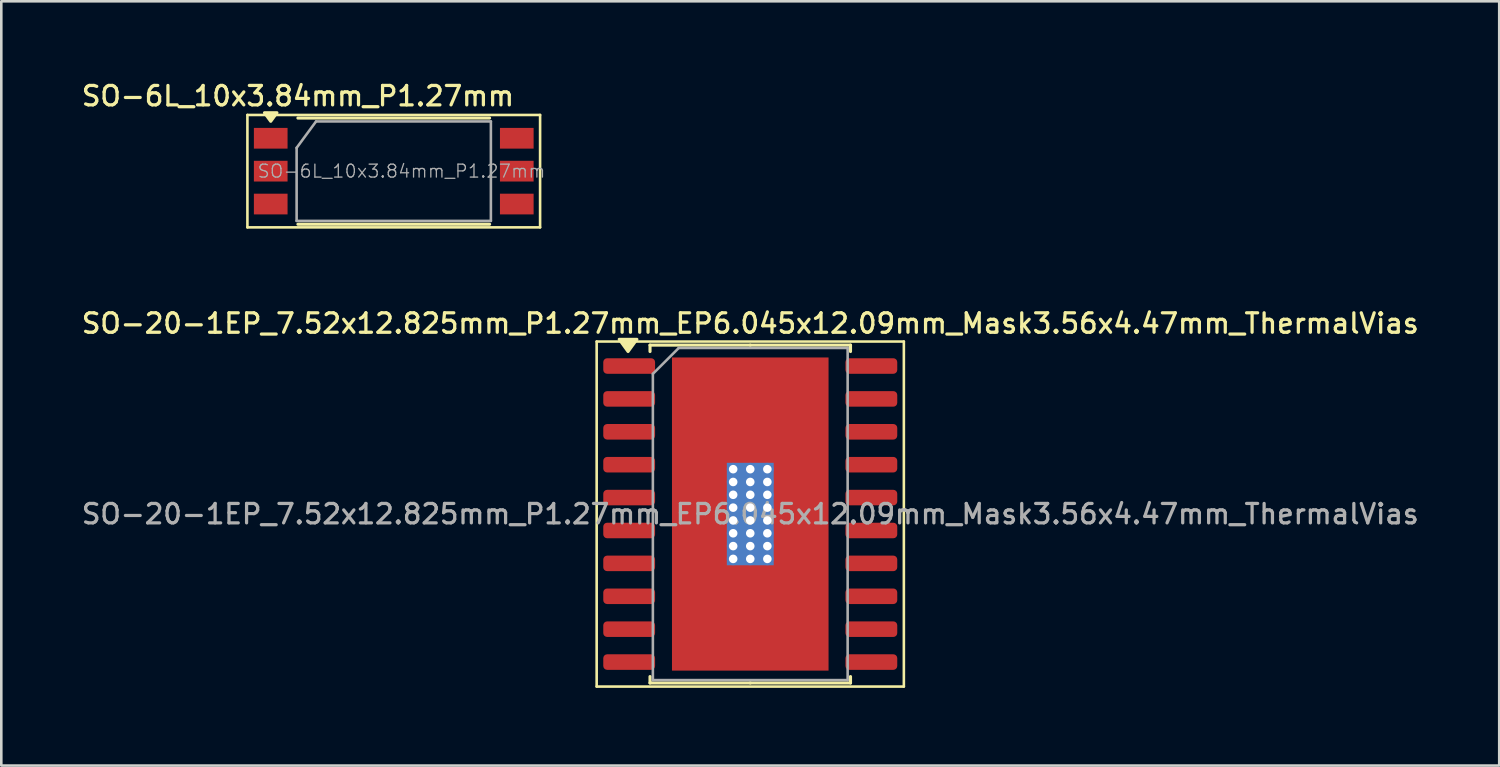
<source format=kicad_pcb>
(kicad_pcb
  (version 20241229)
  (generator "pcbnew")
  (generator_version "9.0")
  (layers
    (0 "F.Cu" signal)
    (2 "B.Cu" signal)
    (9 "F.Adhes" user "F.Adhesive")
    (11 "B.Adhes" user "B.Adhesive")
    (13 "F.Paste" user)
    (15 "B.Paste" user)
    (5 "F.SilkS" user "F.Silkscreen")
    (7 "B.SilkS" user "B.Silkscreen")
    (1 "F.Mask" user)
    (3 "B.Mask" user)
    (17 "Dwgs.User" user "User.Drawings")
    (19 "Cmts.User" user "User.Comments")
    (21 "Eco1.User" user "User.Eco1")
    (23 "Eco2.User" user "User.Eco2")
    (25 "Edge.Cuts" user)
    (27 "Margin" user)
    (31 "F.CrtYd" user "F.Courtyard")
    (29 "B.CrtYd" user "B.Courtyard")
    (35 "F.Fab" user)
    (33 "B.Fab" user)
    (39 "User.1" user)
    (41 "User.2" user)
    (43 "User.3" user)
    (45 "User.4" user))
  (footprint "SO-20-1EP_7.52x12.825mm_P1.27mm_EP6.045x12.09mm_Mask3.56x4.47mm_ThermalVias"
    (layer "F.Cu")
    (at 25.916 16.796)
    (property "Reference" "SO-20-1EP_7.52x12.825mm_P1.27mm_EP6.045x12.09mm_Mask3.56x4.47mm_ThermalVias" (at 0 -7.36 0) (layer "F.SilkS") (effects (font (size 0.75 0.75) (thickness 0.125))))
    (attr smd)
    (fp_line (start -5.93 -6.66) (end -5.93 6.66) (stroke (width 0.1) (type solid)) (layer "F.SilkS"))
    (fp_line (start -5.93 6.66) (end 5.93 6.66) (stroke (width 0.1) (type solid)) (layer "F.SilkS"))
    (fp_line (start -3.87 -6.522) (end -3.87 -6.275) (stroke (width 0.12) (type solid)) (layer "F.SilkS"))
    (fp_line (start -3.87 6.522) (end -3.87 6.275) (stroke (width 0.12) (type solid)) (layer "F.SilkS"))
    (fp_line (start 0 -6.522) (end -3.87 -6.522) (stroke (width 0.12) (type solid)) (layer "F.SilkS"))
    (fp_line (start 0 -6.522) (end 3.87 -6.522) (stroke (width 0.12) (type solid)) (layer "F.SilkS"))
    (fp_line (start 0 6.522) (end -3.87 6.522) (stroke (width 0.12) (type solid)) (layer "F.SilkS"))
    (fp_line (start 0 6.522) (end 3.87 6.522) (stroke (width 0.12) (type solid)) (layer "F.SilkS"))
    (fp_line (start 3.87 -6.522) (end 3.87 -6.275) (stroke (width 0.12) (type solid)) (layer "F.SilkS"))
    (fp_line (start 3.87 6.522) (end 3.87 6.275) (stroke (width 0.12) (type solid)) (layer "F.SilkS"))
    (fp_line (start 5.93 -6.66) (end -5.93 -6.66) (stroke (width 0.1) (type solid)) (layer "F.SilkS"))
    (fp_line (start 5.93 6.66) (end 5.93 -6.66) (stroke (width 0.1) (type solid)) (layer "F.SilkS"))
    (fp_poly (pts (xy -4.718 -6.275) (xy -5.058 -6.745) (xy -4.378 -6.745) (xy -4.718 -6.275)) (stroke (width 0.12) (type solid)) (fill yes) (layer "F.SilkS"))
    (fp_line (start -3.76 -5.412) (end -2.76 -6.412) (stroke (width 0.1) (type solid)) (layer "F.Fab"))
    (fp_line (start -3.76 6.412) (end -3.76 -5.412) (stroke (width 0.1) (type solid)) (layer "F.Fab"))
    (fp_line (start -2.76 -6.412) (end 3.76 -6.412) (stroke (width 0.1) (type solid)) (layer "F.Fab"))
    (fp_line (start 3.76 -6.412) (end 3.76 6.412) (stroke (width 0.1) (type solid)) (layer "F.Fab"))
    (fp_line (start 3.76 6.412) (end -3.76 6.412) (stroke (width 0.1) (type solid)) (layer "F.Fab"))
    (fp_text user "${REFERENCE}" (at 0 0 0) (layer "F.Fab") (effects (font (size 0.75 0.75) (thickness 0.125))))
    (pad "" smd roundrect (at -0.89 -1.115) (size 1.54 1.94) (layers "F.Paste") (roundrect_rratio 0.162))
    (pad "" smd roundrect (at -0.89 1.115) (size 1.54 1.94) (layers "F.Paste") (roundrect_rratio 0.162))
    (pad "" smd rect (at 0 0) (size 3.56 4.47) (layers "F.Mask"))
    (pad "" smd roundrect (at 0.89 -1.115) (size 1.54 1.94) (layers "F.Paste") (roundrect_rratio 0.162))
    (pad "" smd roundrect (at 0.89 1.115) (size 1.54 1.94) (layers "F.Paste") (roundrect_rratio 0.162))
    (pad "1" smd roundrect (at -4.675 -5.715) (size 2 0.6) (layers "F.Cu" "F.Mask" "F.Paste") (roundrect_rratio 0.25))
    (pad "2" smd roundrect (at -4.675 -4.445) (size 2 0.6) (layers "F.Cu" "F.Mask" "F.Paste") (roundrect_rratio 0.25))
    (pad "3" smd roundrect (at -4.675 -3.175) (size 2 0.6) (layers "F.Cu" "F.Mask" "F.Paste") (roundrect_rratio 0.25))
    (pad "4" smd roundrect (at -4.675 -1.905) (size 2 0.6) (layers "F.Cu" "F.Mask" "F.Paste") (roundrect_rratio 0.25))
    (pad "5" smd roundrect (at -4.675 -0.635) (size 2 0.6) (layers "F.Cu" "F.Mask" "F.Paste") (roundrect_rratio 0.25))
    (pad "6" smd roundrect (at -4.675 0.635) (size 2 0.6) (layers "F.Cu" "F.Mask" "F.Paste") (roundrect_rratio 0.25))
    (pad "7" smd roundrect (at -4.675 1.905) (size 2 0.6) (layers "F.Cu" "F.Mask" "F.Paste") (roundrect_rratio 0.25))
    (pad "8" smd roundrect (at -4.675 3.175) (size 2 0.6) (layers "F.Cu" "F.Mask" "F.Paste") (roundrect_rratio 0.25))
    (pad "9" smd roundrect (at -4.675 4.445) (size 2 0.6) (layers "F.Cu" "F.Mask" "F.Paste") (roundrect_rratio 0.25))
    (pad "10" smd roundrect (at -4.675 5.715) (size 2 0.6) (layers "F.Cu" "F.Mask" "F.Paste") (roundrect_rratio 0.25))
    (pad "11" smd roundrect (at 4.675 5.715) (size 2 0.6) (layers "F.Cu" "F.Mask" "F.Paste") (roundrect_rratio 0.25))
    (pad "12" smd roundrect (at 4.675 4.445) (size 2 0.6) (layers "F.Cu" "F.Mask" "F.Paste") (roundrect_rratio 0.25))
    (pad "13" smd roundrect (at 4.675 3.175) (size 2 0.6) (layers "F.Cu" "F.Mask" "F.Paste") (roundrect_rratio 0.25))
    (pad "14" smd roundrect (at 4.675 1.905) (size 2 0.6) (layers "F.Cu" "F.Mask" "F.Paste") (roundrect_rratio 0.25))
    (pad "15" smd roundrect (at 4.675 0.635) (size 2 0.6) (layers "F.Cu" "F.Mask" "F.Paste") (roundrect_rratio 0.25))
    (pad "16" smd roundrect (at 4.675 -0.635) (size 2 0.6) (layers "F.Cu" "F.Mask" "F.Paste") (roundrect_rratio 0.25))
    (pad "17" smd roundrect (at 4.675 -1.905) (size 2 0.6) (layers "F.Cu" "F.Mask" "F.Paste") (roundrect_rratio 0.25))
    (pad "18" smd roundrect (at 4.675 -3.175) (size 2 0.6) (layers "F.Cu" "F.Mask" "F.Paste") (roundrect_rratio 0.25))
    (pad "19" smd roundrect (at 4.675 -4.445) (size 2 0.6) (layers "F.Cu" "F.Mask" "F.Paste") (roundrect_rratio 0.25))
    (pad "20" smd roundrect (at 4.675 -5.715) (size 2 0.6) (layers "F.Cu" "F.Mask" "F.Paste") (roundrect_rratio 0.25))
    (pad "21" thru_hole circle (at -0.66 -1.732) (size 0.49 0.49) (drill 0.33) (property pad_prop_heatsink) (layers "*.Cu"))
    (pad "21" thru_hole circle (at -0.66 -1.238) (size 0.49 0.49) (drill 0.33) (property pad_prop_heatsink) (layers "*.Cu"))
    (pad "21" thru_hole circle (at -0.66 -0.743) (size 0.49 0.49) (drill 0.33) (property pad_prop_heatsink) (layers "*.Cu"))
    (pad "21" thru_hole circle (at -0.66 -0.247) (size 0.49 0.49) (drill 0.33) (property pad_prop_heatsink) (layers "*.Cu"))
    (pad "21" thru_hole circle (at -0.66 0.247) (size 0.49 0.49) (drill 0.33) (property pad_prop_heatsink) (layers "*.Cu"))
    (pad "21" thru_hole circle (at -0.66 0.743) (size 0.49 0.49) (drill 0.33) (property pad_prop_heatsink) (layers "*.Cu"))
    (pad "21" thru_hole circle (at -0.66 1.238) (size 0.49 0.49) (drill 0.33) (property pad_prop_heatsink) (layers "*.Cu"))
    (pad "21" thru_hole circle (at -0.66 1.732) (size 0.49 0.49) (drill 0.33) (property pad_prop_heatsink) (layers "*.Cu"))
    (pad "21" thru_hole circle (at 0 -1.732) (size 0.49 0.49) (drill 0.33) (property pad_prop_heatsink) (layers "*.Cu"))
    (pad "21" thru_hole circle (at 0 -1.238) (size 0.49 0.49) (drill 0.33) (property pad_prop_heatsink) (layers "*.Cu"))
    (pad "21" thru_hole circle (at 0 -0.743) (size 0.49 0.49) (drill 0.33) (property pad_prop_heatsink) (layers "*.Cu"))
    (pad "21" thru_hole circle (at 0 -0.247) (size 0.49 0.49) (drill 0.33) (property pad_prop_heatsink) (layers "*.Cu"))
    (pad "21" smd rect (at 0 0) (size 1.81 3.955) (property pad_prop_heatsink) (layers "B.Cu"))
    (pad "21" smd rect (at 0 0) (size 6.045 12.09) (property pad_prop_heatsink) (layers "F.Cu"))
    (pad "21" thru_hole circle (at 0 0.247) (size 0.49 0.49) (drill 0.33) (property pad_prop_heatsink) (layers "*.Cu"))
    (pad "21" thru_hole circle (at 0 0.743) (size 0.49 0.49) (drill 0.33) (property pad_prop_heatsink) (layers "*.Cu"))
    (pad "21" thru_hole circle (at 0 1.238) (size 0.49 0.49) (drill 0.33) (property pad_prop_heatsink) (layers "*.Cu"))
    (pad "21" thru_hole circle (at 0 1.732) (size 0.49 0.49) (drill 0.33) (property pad_prop_heatsink) (layers "*.Cu"))
    (pad "21" thru_hole circle (at 0.66 -1.732) (size 0.49 0.49) (drill 0.33) (property pad_prop_heatsink) (layers "*.Cu"))
    (pad "21" thru_hole circle (at 0.66 -1.238) (size 0.49 0.49) (drill 0.33) (property pad_prop_heatsink) (layers "*.Cu"))
    (pad "21" thru_hole circle (at 0.66 -0.743) (size 0.49 0.49) (drill 0.33) (property pad_prop_heatsink) (layers "*.Cu"))
    (pad "21" thru_hole circle (at 0.66 -0.247) (size 0.49 0.49) (drill 0.33) (property pad_prop_heatsink) (layers "*.Cu"))
    (pad "21" thru_hole circle (at 0.66 0.247) (size 0.49 0.49) (drill 0.33) (property pad_prop_heatsink) (layers "*.Cu"))
    (pad "21" thru_hole circle (at 0.66 0.743) (size 0.49 0.49) (drill 0.33) (property pad_prop_heatsink) (layers "*.Cu"))
    (pad "21" thru_hole circle (at 0.66 1.238) (size 0.49 0.49) (drill 0.33) (property pad_prop_heatsink) (layers "*.Cu"))
    (pad "21" thru_hole circle (at 0.66 1.732) (size 0.49 0.49) (drill 0.33) (property pad_prop_heatsink) (layers "*.Cu")))
  (footprint "SO-6L_10x3.84mm_P1.27mm"
    (layer "F.Cu")
    (at 12.152 3.558)
    (property "Reference" "SO-6L_10x3.84mm_P1.27mm" (at -3.7 -2.9 0) (layer "F.SilkS") (effects (font (size 0.75 0.75) (thickness 0.125))))
    (attr smd)
    (fp_line (start -5.65 -2.17) (end -5.65 2.17) (stroke (width 0.1) (type solid)) (layer "F.SilkS"))
    (fp_line (start -5.65 2.17) (end 5.65 2.17) (stroke (width 0.1) (type solid)) (layer "F.SilkS"))
    (fp_line (start -3.7 -2.05) (end 3.7 -2.05) (stroke (width 0.12) (type solid)) (layer "F.SilkS"))
    (fp_line (start -3.7 2.05) (end 3.7 2.05) (stroke (width 0.12) (type solid)) (layer "F.SilkS"))
    (fp_line (start 5.65 -2.17) (end -5.65 -2.17) (stroke (width 0.1) (type solid)) (layer "F.SilkS"))
    (fp_line (start 5.65 2.17) (end 5.65 -2.17) (stroke (width 0.1) (type solid)) (layer "F.SilkS"))
    (fp_poly (pts (xy -4.75 -1.925) (xy -4.99 -2.255) (xy -4.51 -2.255) (xy -4.75 -1.925)) (stroke (width 0.12) (type solid)) (fill yes) (layer "F.SilkS"))
    (fp_line (start -3.75 -0.9) (end -3 -1.92) (stroke (width 0.1) (type solid)) (layer "F.Fab"))
    (fp_line (start -3.75 1.92) (end -3.75 -0.9) (stroke (width 0.1) (type solid)) (layer "F.Fab"))
    (fp_line (start -3.75 1.92) (end 3.75 1.92) (stroke (width 0.1) (type solid)) (layer "F.Fab"))
    (fp_line (start -3 -1.92) (end 3.75 -1.92) (stroke (width 0.1) (type solid)) (layer "F.Fab"))
    (fp_line (start 3.75 1.92) (end 3.75 -1.92) (stroke (width 0.1) (type solid)) (layer "F.Fab"))
    (fp_text user "${REFERENCE}" (at 0.3 0 180) (layer "F.Fab") (effects (font (size 0.5 0.5) (thickness 0.05))))
    (pad "1" smd rect (at -4.75 -1.27 90) (size 0.8 1.3) (layers "F.Cu" "F.Mask" "F.Paste"))
    (pad "2" smd rect (at -4.75 0 90) (size 0.8 1.3) (layers "F.Cu" "F.Mask" "F.Paste"))
    (pad "3" smd rect (at -4.75 1.27 90) (size 0.8 1.3) (layers "F.Cu" "F.Mask" "F.Paste"))
    (pad "4" smd rect (at 4.75 1.27 90) (size 0.8 1.3) (layers "F.Cu" "F.Mask" "F.Paste"))
    (pad "5" smd rect (at 4.75 0 90) (size 0.8 1.3) (layers "F.Cu" "F.Mask" "F.Paste"))
    (pad "6" smd rect (at 4.75 -1.27 90) (size 0.8 1.3) (layers "F.Cu" "F.Mask" "F.Paste")))
  (gr_rect
    (start -3 -3)
    (end 54.832 26.506)
    (stroke (width 0.1) (type default))
    (fill no)
    (layer "Edge.Cuts")))
</source>
